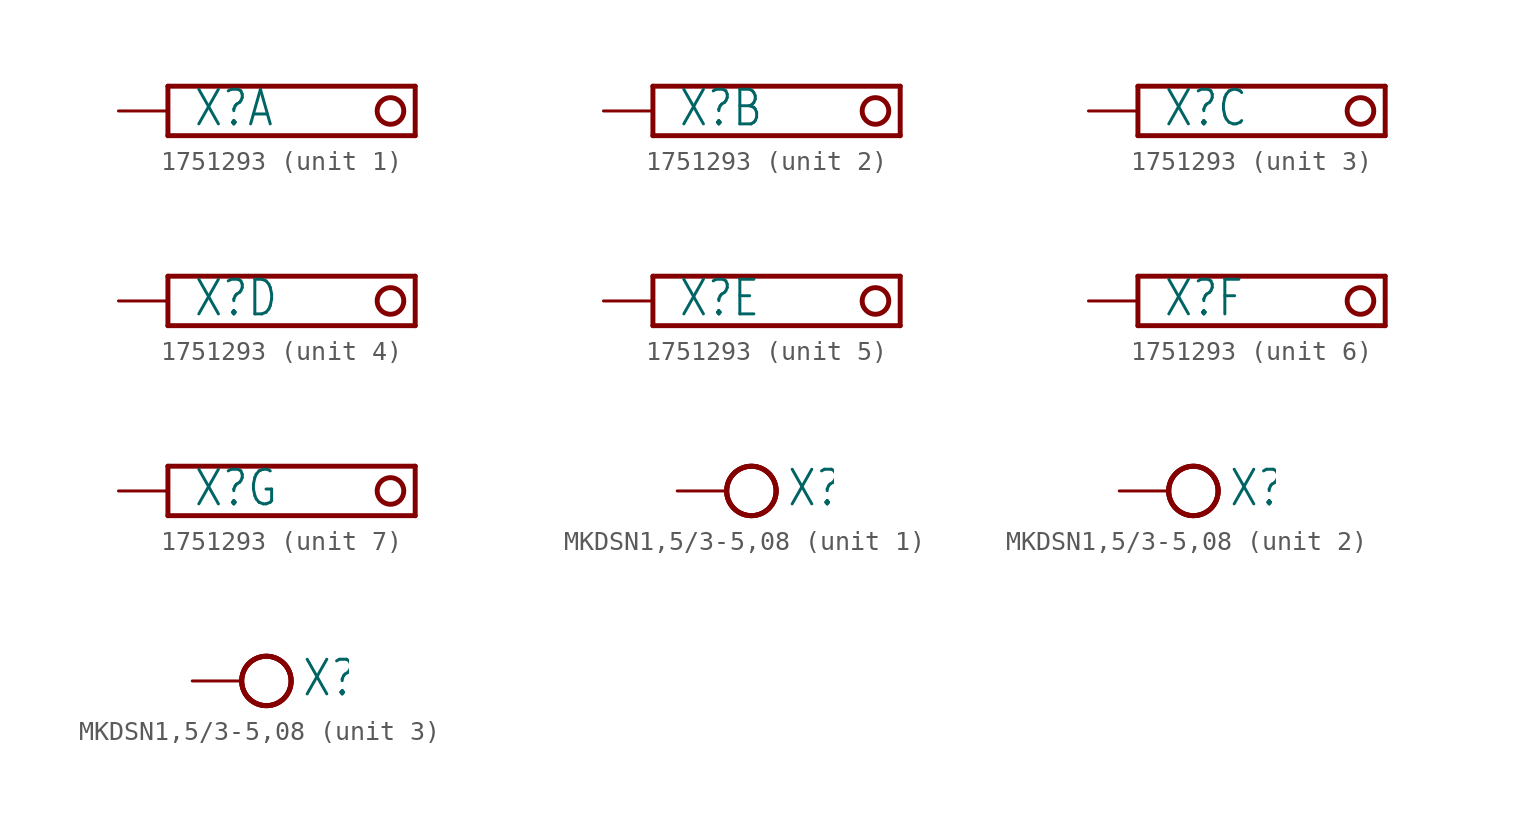
<source format=kicad_sym>
(kicad_symbol_lib
  (version 20220914)
  (generator kicad_symbol_editor)
  (symbol "1751293"
    (property "Reference" "X"
      (at 1.27 -0.889 0)
      (effects (font (size 1.778 1.511)) (justify left bottom)))
    (property "Value" ""
      (at 13.97 -0.889 0)
      (effects (font (size 1.778 1.511)) (justify left bottom)))
    (property "ki_locked" ""
      (at 0 0 0)
      (effects (font (size 1.27 1.27))))
    (symbol "1751293_1_0"
      (polyline (pts (xy 0 -1.27) (xy 0 1.27)) (stroke (width 0.254) (type solid)) (fill (type none)))
      (polyline (pts (xy 0 1.27) (xy 12.7 1.27)) (stroke (width 0.254) (type solid)) (fill (type none)))
      (polyline (pts (xy 12.7 -1.27) (xy 0 -1.27)) (stroke (width 0.254) (type solid)) (fill (type none)))
      (polyline (pts (xy 12.7 -1.27) (xy 12.7 1.27)) (stroke (width 0.254) (type solid)) (fill (type none)))
      (circle (center 11.43 0) (radius 0.684) (stroke (width 0.254) (type solid)) (fill (type none)))
      (pin passive line (at -2.54 0 0) (length 2.54) (name "K" (effects (font (size 0 0)))) (number "1" (effects (font (size 0 0))))))
    (symbol "1751293_2_0"
      (polyline (pts (xy 0 -1.27) (xy 0 1.27)) (stroke (width 0.254) (type solid)) (fill (type none)))
      (polyline (pts (xy 0 1.27) (xy 12.7 1.27)) (stroke (width 0.254) (type solid)) (fill (type none)))
      (polyline (pts (xy 12.7 -1.27) (xy 0 -1.27)) (stroke (width 0.254) (type solid)) (fill (type none)))
      (polyline (pts (xy 12.7 -1.27) (xy 12.7 1.27)) (stroke (width 0.254) (type solid)) (fill (type none)))
      (circle (center 11.43 0) (radius 0.684) (stroke (width 0.254) (type solid)) (fill (type none)))
      (pin passive line (at -2.54 0 0) (length 2.54) (name "K" (effects (font (size 0 0)))) (number "2" (effects (font (size 0 0))))))
    (symbol "1751293_3_0"
      (polyline (pts (xy 0 -1.27) (xy 0 1.27)) (stroke (width 0.254) (type solid)) (fill (type none)))
      (polyline (pts (xy 0 1.27) (xy 12.7 1.27)) (stroke (width 0.254) (type solid)) (fill (type none)))
      (polyline (pts (xy 12.7 -1.27) (xy 0 -1.27)) (stroke (width 0.254) (type solid)) (fill (type none)))
      (polyline (pts (xy 12.7 -1.27) (xy 12.7 1.27)) (stroke (width 0.254) (type solid)) (fill (type none)))
      (circle (center 11.43 0) (radius 0.684) (stroke (width 0.254) (type solid)) (fill (type none)))
      (pin passive line (at -2.54 0 0) (length 2.54) (name "K" (effects (font (size 0 0)))) (number "3" (effects (font (size 0 0))))))
    (symbol "1751293_4_0"
      (polyline (pts (xy 0 -1.27) (xy 0 1.27)) (stroke (width 0.254) (type solid)) (fill (type none)))
      (polyline (pts (xy 0 1.27) (xy 12.7 1.27)) (stroke (width 0.254) (type solid)) (fill (type none)))
      (polyline (pts (xy 12.7 -1.27) (xy 0 -1.27)) (stroke (width 0.254) (type solid)) (fill (type none)))
      (polyline (pts (xy 12.7 -1.27) (xy 12.7 1.27)) (stroke (width 0.254) (type solid)) (fill (type none)))
      (circle (center 11.43 0) (radius 0.684) (stroke (width 0.254) (type solid)) (fill (type none)))
      (pin passive line (at -2.54 0 0) (length 2.54) (name "K" (effects (font (size 0 0)))) (number "4" (effects (font (size 0 0))))))
    (symbol "1751293_5_0"
      (polyline (pts (xy 0 -1.27) (xy 0 1.27)) (stroke (width 0.254) (type solid)) (fill (type none)))
      (polyline (pts (xy 0 1.27) (xy 12.7 1.27)) (stroke (width 0.254) (type solid)) (fill (type none)))
      (polyline (pts (xy 12.7 -1.27) (xy 0 -1.27)) (stroke (width 0.254) (type solid)) (fill (type none)))
      (polyline (pts (xy 12.7 -1.27) (xy 12.7 1.27)) (stroke (width 0.254) (type solid)) (fill (type none)))
      (circle (center 11.43 0) (radius 0.684) (stroke (width 0.254) (type solid)) (fill (type none)))
      (pin passive line (at -2.54 0 0) (length 2.54) (name "K" (effects (font (size 0 0)))) (number "5" (effects (font (size 0 0))))))
    (symbol "1751293_6_0"
      (polyline (pts (xy 0 -1.27) (xy 0 1.27)) (stroke (width 0.254) (type solid)) (fill (type none)))
      (polyline (pts (xy 0 1.27) (xy 12.7 1.27)) (stroke (width 0.254) (type solid)) (fill (type none)))
      (polyline (pts (xy 12.7 -1.27) (xy 0 -1.27)) (stroke (width 0.254) (type solid)) (fill (type none)))
      (polyline (pts (xy 12.7 -1.27) (xy 12.7 1.27)) (stroke (width 0.254) (type solid)) (fill (type none)))
      (circle (center 11.43 0) (radius 0.684) (stroke (width 0.254) (type solid)) (fill (type none)))
      (pin passive line (at -2.54 0 0) (length 2.54) (name "K" (effects (font (size 0 0)))) (number "6" (effects (font (size 0 0))))))
    (symbol "1751293_7_0"
      (polyline (pts (xy 0 -1.27) (xy 0 1.27)) (stroke (width 0.254) (type solid)) (fill (type none)))
      (polyline (pts (xy 0 1.27) (xy 12.7 1.27)) (stroke (width 0.254) (type solid)) (fill (type none)))
      (polyline (pts (xy 12.7 -1.27) (xy 0 -1.27)) (stroke (width 0.254) (type solid)) (fill (type none)))
      (polyline (pts (xy 12.7 -1.27) (xy 12.7 1.27)) (stroke (width 0.254) (type solid)) (fill (type none)))
      (circle (center 11.43 0) (radius 0.684) (stroke (width 0.254) (type solid)) (fill (type none)))
      (pin passive line (at -2.54 0 0) (length 2.54) (name "K" (effects (font (size 0 0)))) (number "7" (effects (font (size 0 0)))))))
  (symbol "MKDSN1,5/3-5,08"
    (property "Reference" "X"
      (at 3.048 -0.889 0)
      (effects (font (size 1.778 1.511)) (justify left bottom)))
    (property "ki_locked" ""
      (at 0 0 0)
      (effects (font (size 1.27 1.27))))
    (symbol "MKDSN1,5/3-5,08_1_0"
      (circle (center 1.27 0) (radius 1.27) (stroke (width 0.254) (type solid)) (fill (type none)))
      (circle (center 1.27 0) (radius 1.27) (stroke (width 0.254) (type solid)) (fill (type none)))
      (circle (center 1.27 0) (radius 1.27) (stroke (width 0.254) (type solid)) (fill (type none)))
      (pin passive line (at -2.54 0 0) (length 2.54) (name "KL" (effects (font (size 0 0)))) (number "1" (effects (font (size 0 0))))))
    (symbol "MKDSN1,5/3-5,08_2_0"
      (circle (center 1.27 0) (radius 1.27) (stroke (width 0.254) (type solid)) (fill (type none)))
      (circle (center 1.27 0) (radius 1.27) (stroke (width 0.254) (type solid)) (fill (type none)))
      (circle (center 1.27 0) (radius 1.27) (stroke (width 0.254) (type solid)) (fill (type none)))
      (pin passive line (at -2.54 0 0) (length 2.54) (name "KL" (effects (font (size 0 0)))) (number "2" (effects (font (size 0 0))))))
    (symbol "MKDSN1,5/3-5,08_3_0"
      (circle (center 1.27 0) (radius 1.27) (stroke (width 0.254) (type solid)) (fill (type none)))
      (circle (center 1.27 0) (radius 1.27) (stroke (width 0.254) (type solid)) (fill (type none)))
      (circle (center 1.27 0) (radius 1.27) (stroke (width 0.254) (type solid)) (fill (type none)))
      (pin passive line (at -2.54 0 0) (length 2.54) (name "KL" (effects (font (size 0 0)))) (number "3" (effects (font (size 0 0))))))))
</source>
